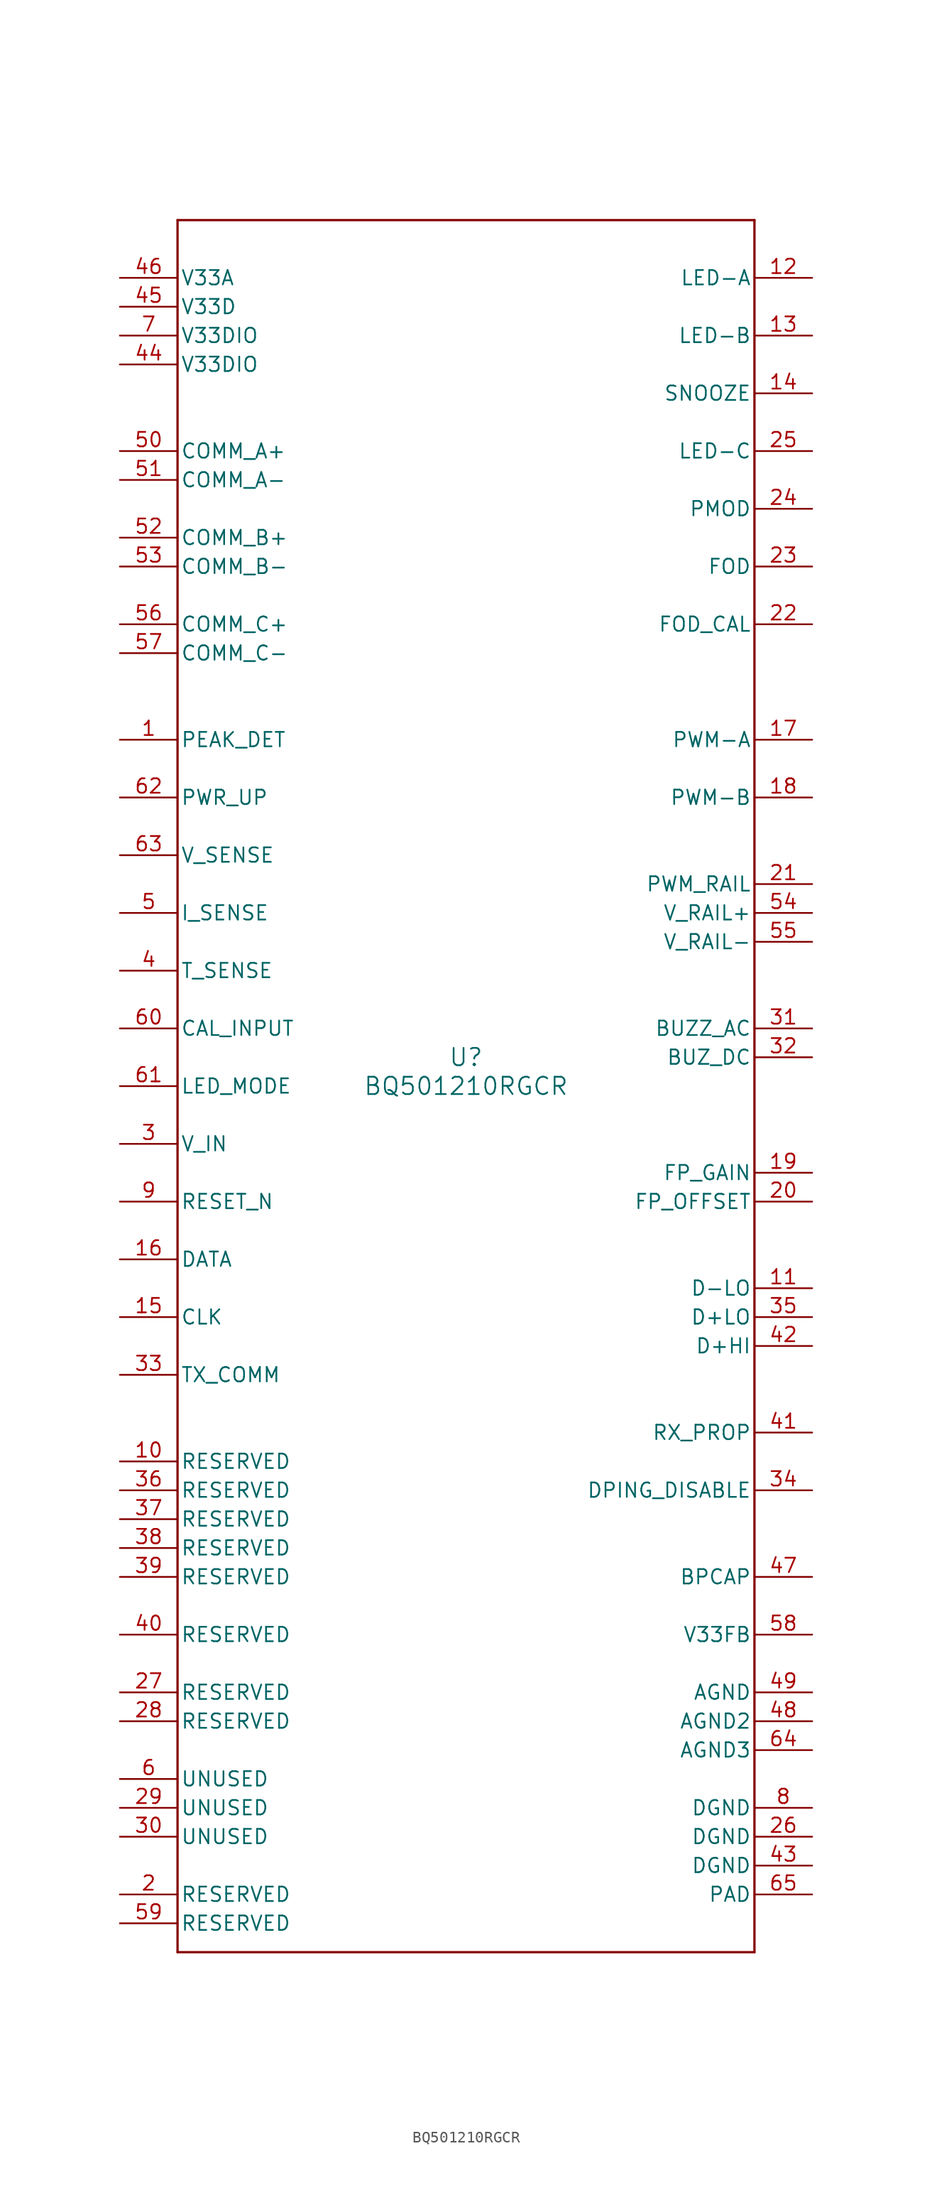
<source format=kicad_sym>
(kicad_symbol_lib
  (version 20211014)
  (generator kicad_symbol_editor)
  (symbol "BQ501210RGCR"
    (pin_names
      (offset 0.254))
    (property "Reference" "U"
      (at 0 2.54 0)
      (effects (font (size 1.524 1.524))))
    (property "Value" "BQ501210RGCR"
      (at 0 0 0)
      (effects (font (size 1.524 1.524))))
    (symbol "BQ501210RGCR_0_1"
      (polyline (pts (xy -25.4 -76.2) (xy 25.4 -76.2)) (stroke (width 0.203) (type default) (color 0 0 0 0)) (fill (type none)))
      (polyline (pts (xy 25.4 -76.2) (xy 25.4 76.2)) (stroke (width 0.203) (type default) (color 0 0 0 0)) (fill (type none)))
      (polyline (pts (xy 25.4 76.2) (xy -25.4 76.2)) (stroke (width 0.203) (type default) (color 0 0 0 0)) (fill (type none)))
      (polyline (pts (xy -25.4 76.2) (xy -25.4 -76.2)) (stroke (width 0.203) (type default) (color 0 0 0 0)) (fill (type none)))
      (pin input line (at -30.48 30.48 0) (length 5.08) (name "PEAK_DET" (effects (font (size 1.27 1.27)))) (number "1" (effects (font (size 1.27 1.27)))))
      (pin unspecified line (at -30.48 -71.12 0) (length 5.08) (name "RESERVED" (effects (font (size 1.27 1.27)))) (number "2" (effects (font (size 1.27 1.27)))))
      (pin input line (at -30.48 -5.08 0) (length 5.08) (name "V_IN" (effects (font (size 1.27 1.27)))) (number "3" (effects (font (size 1.27 1.27)))))
      (pin input line (at -30.48 10.16 0) (length 5.08) (name "T_SENSE" (effects (font (size 1.27 1.27)))) (number "4" (effects (font (size 1.27 1.27)))))
      (pin input line (at -30.48 15.24 0) (length 5.08) (name "I_SENSE" (effects (font (size 1.27 1.27)))) (number "5" (effects (font (size 1.27 1.27)))))
      (pin unspecified line (at -30.48 -60.96 0) (length 5.08) (name "UNUSED" (effects (font (size 1.27 1.27)))) (number "6" (effects (font (size 1.27 1.27)))))
      (pin power_in line (at -30.48 66.04 0) (length 5.08) (name "V33DIO" (effects (font (size 1.27 1.27)))) (number "7" (effects (font (size 1.27 1.27)))))
      (pin power_in line (at 30.48 -63.5 180) (length 5.08) (name "DGND" (effects (font (size 1.27 1.27)))) (number "8" (effects (font (size 1.27 1.27)))))
      (pin input line (at -30.48 -10.16 0) (length 5.08) (name "RESET_N" (effects (font (size 1.27 1.27)))) (number "9" (effects (font (size 1.27 1.27)))))
      (pin unspecified line (at -30.48 -33.02 0) (length 5.08) (name "RESERVED" (effects (font (size 1.27 1.27)))) (number "10" (effects (font (size 1.27 1.27)))))
      (pin output line (at 30.48 -17.78 180) (length 5.08) (name "D-LO" (effects (font (size 1.27 1.27)))) (number "11" (effects (font (size 1.27 1.27)))))
      (pin output line (at 30.48 71.12 180) (length 5.08) (name "LED-A" (effects (font (size 1.27 1.27)))) (number "12" (effects (font (size 1.27 1.27)))))
      (pin output line (at 30.48 66.04 180) (length 5.08) (name "LED-B" (effects (font (size 1.27 1.27)))) (number "13" (effects (font (size 1.27 1.27)))))
      (pin output line (at 30.48 60.96 180) (length 5.08) (name "SNOOZE" (effects (font (size 1.27 1.27)))) (number "14" (effects (font (size 1.27 1.27)))))
      (pin input line (at -30.48 -20.32 0) (length 5.08) (name "CLK" (effects (font (size 1.27 1.27)))) (number "15" (effects (font (size 1.27 1.27)))))
      (pin bidirectional line (at -30.48 -15.24 0) (length 5.08) (name "DATA" (effects (font (size 1.27 1.27)))) (number "16" (effects (font (size 1.27 1.27)))))
      (pin output line (at 30.48 30.48 180) (length 5.08) (name "PWM-A" (effects (font (size 1.27 1.27)))) (number "17" (effects (font (size 1.27 1.27)))))
      (pin output line (at 30.48 25.4 180) (length 5.08) (name "PWM-B" (effects (font (size 1.27 1.27)))) (number "18" (effects (font (size 1.27 1.27)))))
      (pin input line (at 30.48 -7.62 180) (length 5.08) (name "FP_GAIN" (effects (font (size 1.27 1.27)))) (number "19" (effects (font (size 1.27 1.27)))))
      (pin input line (at 30.48 -10.16 180) (length 5.08) (name "FP_OFFSET" (effects (font (size 1.27 1.27)))) (number "20" (effects (font (size 1.27 1.27)))))
      (pin output line (at 30.48 17.78 180) (length 5.08) (name "PWM_RAIL" (effects (font (size 1.27 1.27)))) (number "21" (effects (font (size 1.27 1.27)))))
      (pin input line (at 30.48 40.64 180) (length 5.08) (name "FOD_CAL" (effects (font (size 1.27 1.27)))) (number "22" (effects (font (size 1.27 1.27)))))
      (pin input line (at 30.48 45.72 180) (length 5.08) (name "FOD" (effects (font (size 1.27 1.27)))) (number "23" (effects (font (size 1.27 1.27)))))
      (pin input line (at 30.48 50.8 180) (length 5.08) (name "PMOD" (effects (font (size 1.27 1.27)))) (number "24" (effects (font (size 1.27 1.27)))))
      (pin output line (at 30.48 55.88 180) (length 5.08) (name "LED-C" (effects (font (size 1.27 1.27)))) (number "25" (effects (font (size 1.27 1.27)))))
      (pin power_in line (at 30.48 -66.04 180) (length 5.08) (name "DGND" (effects (font (size 1.27 1.27)))) (number "26" (effects (font (size 1.27 1.27)))))
      (pin unspecified line (at -30.48 -53.34 0) (length 5.08) (name "RESERVED" (effects (font (size 1.27 1.27)))) (number "27" (effects (font (size 1.27 1.27)))))
      (pin unspecified line (at -30.48 -55.88 0) (length 5.08) (name "RESERVED" (effects (font (size 1.27 1.27)))) (number "28" (effects (font (size 1.27 1.27)))))
      (pin unspecified line (at -30.48 -63.5 0) (length 5.08) (name "UNUSED" (effects (font (size 1.27 1.27)))) (number "29" (effects (font (size 1.27 1.27)))))
      (pin unspecified line (at -30.48 -66.04 0) (length 5.08) (name "UNUSED" (effects (font (size 1.27 1.27)))) (number "30" (effects (font (size 1.27 1.27)))))
      (pin output line (at 30.48 5.08 180) (length 5.08) (name "BUZZ_AC" (effects (font (size 1.27 1.27)))) (number "31" (effects (font (size 1.27 1.27)))))
      (pin output line (at 30.48 2.54 180) (length 5.08) (name "BUZ_DC" (effects (font (size 1.27 1.27)))) (number "32" (effects (font (size 1.27 1.27)))))
      (pin input line (at -30.48 -25.4 0) (length 5.08) (name "TX_COMM" (effects (font (size 1.27 1.27)))) (number "33" (effects (font (size 1.27 1.27)))))
      (pin input line (at 30.48 -35.56 180) (length 5.08) (name "DPING_DISABLE" (effects (font (size 1.27 1.27)))) (number "34" (effects (font (size 1.27 1.27)))))
      (pin output line (at 30.48 -20.32 180) (length 5.08) (name "D+LO" (effects (font (size 1.27 1.27)))) (number "35" (effects (font (size 1.27 1.27)))))
      (pin unspecified line (at -30.48 -35.56 0) (length 5.08) (name "RESERVED" (effects (font (size 1.27 1.27)))) (number "36" (effects (font (size 1.27 1.27)))))
      (pin unspecified line (at -30.48 -38.1 0) (length 5.08) (name "RESERVED" (effects (font (size 1.27 1.27)))) (number "37" (effects (font (size 1.27 1.27)))))
      (pin unspecified line (at -30.48 -40.64 0) (length 5.08) (name "RESERVED" (effects (font (size 1.27 1.27)))) (number "38" (effects (font (size 1.27 1.27)))))
      (pin unspecified line (at -30.48 -43.18 0) (length 5.08) (name "RESERVED" (effects (font (size 1.27 1.27)))) (number "39" (effects (font (size 1.27 1.27)))))
      (pin unspecified line (at -30.48 -48.26 0) (length 5.08) (name "RESERVED" (effects (font (size 1.27 1.27)))) (number "40" (effects (font (size 1.27 1.27)))))
      (pin output line (at 30.48 -30.48 180) (length 5.08) (name "RX_PROP" (effects (font (size 1.27 1.27)))) (number "41" (effects (font (size 1.27 1.27)))))
      (pin output line (at 30.48 -22.86 180) (length 5.08) (name "D+HI" (effects (font (size 1.27 1.27)))) (number "42" (effects (font (size 1.27 1.27)))))
      (pin power_in line (at 30.48 -68.58 180) (length 5.08) (name "DGND" (effects (font (size 1.27 1.27)))) (number "43" (effects (font (size 1.27 1.27)))))
      (pin power_in line (at -30.48 63.5 0) (length 5.08) (name "V33DIO" (effects (font (size 1.27 1.27)))) (number "44" (effects (font (size 1.27 1.27)))))
      (pin power_in line (at -30.48 68.58 0) (length 5.08) (name "V33D" (effects (font (size 1.27 1.27)))) (number "45" (effects (font (size 1.27 1.27)))))
      (pin power_in line (at -30.48 71.12 0) (length 5.08) (name "V33A" (effects (font (size 1.27 1.27)))) (number "46" (effects (font (size 1.27 1.27)))))
      (pin unspecified line (at 30.48 -43.18 180) (length 5.08) (name "BPCAP" (effects (font (size 1.27 1.27)))) (number "47" (effects (font (size 1.27 1.27)))))
      (pin power_in line (at 30.48 -55.88 180) (length 5.08) (name "AGND2" (effects (font (size 1.27 1.27)))) (number "48" (effects (font (size 1.27 1.27)))))
      (pin power_in line (at 30.48 -53.34 180) (length 5.08) (name "AGND" (effects (font (size 1.27 1.27)))) (number "49" (effects (font (size 1.27 1.27)))))
      (pin input line (at -30.48 55.88 0) (length 5.08) (name "COMM_A+" (effects (font (size 1.27 1.27)))) (number "50" (effects (font (size 1.27 1.27)))))
      (pin input line (at -30.48 53.34 0) (length 5.08) (name "COMM_A-" (effects (font (size 1.27 1.27)))) (number "51" (effects (font (size 1.27 1.27)))))
      (pin input line (at -30.48 48.26 0) (length 5.08) (name "COMM_B+" (effects (font (size 1.27 1.27)))) (number "52" (effects (font (size 1.27 1.27)))))
      (pin input line (at -30.48 45.72 0) (length 5.08) (name "COMM_B-" (effects (font (size 1.27 1.27)))) (number "53" (effects (font (size 1.27 1.27)))))
      (pin input line (at 30.48 15.24 180) (length 5.08) (name "V_RAIL+" (effects (font (size 1.27 1.27)))) (number "54" (effects (font (size 1.27 1.27)))))
      (pin input line (at 30.48 12.7 180) (length 5.08) (name "V_RAIL-" (effects (font (size 1.27 1.27)))) (number "55" (effects (font (size 1.27 1.27)))))
      (pin input line (at -30.48 40.64 0) (length 5.08) (name "COMM_C+" (effects (font (size 1.27 1.27)))) (number "56" (effects (font (size 1.27 1.27)))))
      (pin input line (at -30.48 38.1 0) (length 5.08) (name "COMM_C-" (effects (font (size 1.27 1.27)))) (number "57" (effects (font (size 1.27 1.27)))))
      (pin unspecified line (at 30.48 -48.26 180) (length 5.08) (name "V33FB" (effects (font (size 1.27 1.27)))) (number "58" (effects (font (size 1.27 1.27)))))
      (pin unspecified line (at -30.48 -73.66 0) (length 5.08) (name "RESERVED" (effects (font (size 1.27 1.27)))) (number "59" (effects (font (size 1.27 1.27)))))
      (pin input line (at -30.48 5.08 0) (length 5.08) (name "CAL_INPUT" (effects (font (size 1.27 1.27)))) (number "60" (effects (font (size 1.27 1.27)))))
      (pin input line (at -30.48 0 0) (length 5.08) (name "LED_MODE" (effects (font (size 1.27 1.27)))) (number "61" (effects (font (size 1.27 1.27)))))
      (pin input line (at -30.48 25.4 0) (length 5.08) (name "PWR_UP" (effects (font (size 1.27 1.27)))) (number "62" (effects (font (size 1.27 1.27)))))
      (pin input line (at -30.48 20.32 0) (length 5.08) (name "V_SENSE" (effects (font (size 1.27 1.27)))) (number "63" (effects (font (size 1.27 1.27)))))
      (pin power_in line (at 30.48 -58.42 180) (length 5.08) (name "AGND3" (effects (font (size 1.27 1.27)))) (number "64" (effects (font (size 1.27 1.27)))))
      (pin power_in line (at 30.48 -71.12 180) (length 5.08) (name "PAD" (effects (font (size 1.27 1.27)))) (number "65" (effects (font (size 1.27 1.27))))))))
</source>
